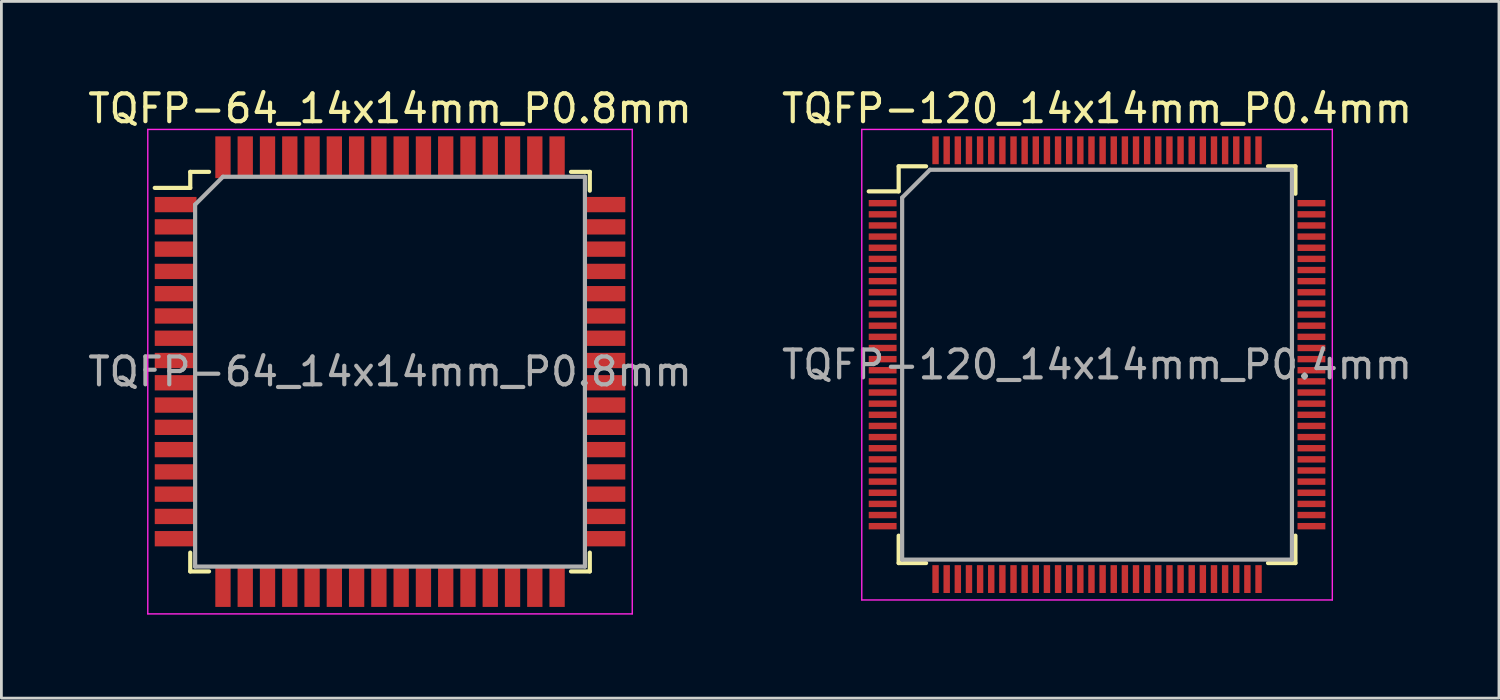
<source format=kicad_pcb>
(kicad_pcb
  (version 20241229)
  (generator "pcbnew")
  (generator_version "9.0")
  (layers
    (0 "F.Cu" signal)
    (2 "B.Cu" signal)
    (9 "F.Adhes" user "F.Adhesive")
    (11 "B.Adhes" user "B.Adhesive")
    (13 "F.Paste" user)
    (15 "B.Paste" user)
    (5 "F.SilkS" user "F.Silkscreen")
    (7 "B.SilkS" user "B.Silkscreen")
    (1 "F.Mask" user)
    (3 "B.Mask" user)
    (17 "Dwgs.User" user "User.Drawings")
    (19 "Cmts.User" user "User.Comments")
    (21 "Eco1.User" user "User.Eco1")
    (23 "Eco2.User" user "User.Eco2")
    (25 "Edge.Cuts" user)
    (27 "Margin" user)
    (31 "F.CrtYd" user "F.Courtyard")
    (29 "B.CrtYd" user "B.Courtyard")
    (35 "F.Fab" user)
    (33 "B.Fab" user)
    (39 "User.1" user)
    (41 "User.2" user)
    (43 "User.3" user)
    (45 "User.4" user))
  (footprint "TQFP-120_14x14mm_P0.4mm"
    (layer "F.Cu")
    (at 36.351 10.048)
    (property "Reference" "TQFP-120_14x14mm_P0.4mm" (at 0 -9.2 0) (layer "F.SilkS") (effects (font (size 1 1) (thickness 0.15))))
    (attr smd)
    (fp_line (start -7.125 -7.125) (end -7.125 -6.225) (stroke (width 0.15) (type solid)) (layer "F.SilkS"))
    (fp_line (start -7.125 -7.125) (end -6.14 -7.125) (stroke (width 0.15) (type solid)) (layer "F.SilkS"))
    (fp_line (start -7.125 -6.225) (end -8.2 -6.225) (stroke (width 0.15) (type solid)) (layer "F.SilkS"))
    (fp_line (start -7.125 7.125) (end -7.125 6.14) (stroke (width 0.15) (type solid)) (layer "F.SilkS"))
    (fp_line (start -7.125 7.125) (end -6.14 7.125) (stroke (width 0.15) (type solid)) (layer "F.SilkS"))
    (fp_line (start 7.125 -7.125) (end 6.14 -7.125) (stroke (width 0.15) (type solid)) (layer "F.SilkS"))
    (fp_line (start 7.125 -7.125) (end 7.125 -6.14) (stroke (width 0.15) (type solid)) (layer "F.SilkS"))
    (fp_line (start 7.125 7.125) (end 6.14 7.125) (stroke (width 0.15) (type solid)) (layer "F.SilkS"))
    (fp_line (start 7.125 7.125) (end 7.125 6.14) (stroke (width 0.15) (type solid)) (layer "F.SilkS"))
    (fp_line (start -8.45 -8.45) (end -8.45 8.45) (stroke (width 0.05) (type solid)) (layer "F.CrtYd"))
    (fp_line (start -8.45 -8.45) (end 8.45 -8.45) (stroke (width 0.05) (type solid)) (layer "F.CrtYd"))
    (fp_line (start -8.45 8.45) (end 8.45 8.45) (stroke (width 0.05) (type solid)) (layer "F.CrtYd"))
    (fp_line (start 8.45 -8.45) (end 8.45 8.45) (stroke (width 0.05) (type solid)) (layer "F.CrtYd"))
    (fp_line (start -7 -6) (end -6 -7) (stroke (width 0.15) (type solid)) (layer "F.Fab"))
    (fp_line (start -7 7) (end -7 -6) (stroke (width 0.15) (type solid)) (layer "F.Fab"))
    (fp_line (start -6 -7) (end 7 -7) (stroke (width 0.15) (type solid)) (layer "F.Fab"))
    (fp_line (start 7 -7) (end 7 7) (stroke (width 0.15) (type solid)) (layer "F.Fab"))
    (fp_line (start 7 7) (end -7 7) (stroke (width 0.15) (type solid)) (layer "F.Fab"))
    (fp_text user "${REFERENCE}" (at 0 0 0) (layer "F.Fab") (effects (font (size 1 1) (thickness 0.15))))
    (pad "1" smd rect (at -7.7 -5.8) (size 1 0.23) (layers "F.Cu" "F.Mask" "F.Paste"))
    (pad "2" smd rect (at -7.7 -5.4) (size 1 0.23) (layers "F.Cu" "F.Mask" "F.Paste"))
    (pad "3" smd rect (at -7.7 -5) (size 1 0.23) (layers "F.Cu" "F.Mask" "F.Paste"))
    (pad "4" smd rect (at -7.7 -4.6) (size 1 0.23) (layers "F.Cu" "F.Mask" "F.Paste"))
    (pad "5" smd rect (at -7.7 -4.2) (size 1 0.23) (layers "F.Cu" "F.Mask" "F.Paste"))
    (pad "6" smd rect (at -7.7 -3.8) (size 1 0.23) (layers "F.Cu" "F.Mask" "F.Paste"))
    (pad "7" smd rect (at -7.7 -3.4) (size 1 0.23) (layers "F.Cu" "F.Mask" "F.Paste"))
    (pad "8" smd rect (at -7.7 -3) (size 1 0.23) (layers "F.Cu" "F.Mask" "F.Paste"))
    (pad "9" smd rect (at -7.7 -2.6) (size 1 0.23) (layers "F.Cu" "F.Mask" "F.Paste"))
    (pad "10" smd rect (at -7.7 -2.2) (size 1 0.23) (layers "F.Cu" "F.Mask" "F.Paste"))
    (pad "11" smd rect (at -7.7 -1.8) (size 1 0.23) (layers "F.Cu" "F.Mask" "F.Paste"))
    (pad "12" smd rect (at -7.7 -1.4) (size 1 0.23) (layers "F.Cu" "F.Mask" "F.Paste"))
    (pad "13" smd rect (at -7.7 -1) (size 1 0.23) (layers "F.Cu" "F.Mask" "F.Paste"))
    (pad "14" smd rect (at -7.7 -0.6) (size 1 0.23) (layers "F.Cu" "F.Mask" "F.Paste"))
    (pad "15" smd rect (at -7.7 -0.2) (size 1 0.23) (layers "F.Cu" "F.Mask" "F.Paste"))
    (pad "16" smd rect (at -7.7 0.2) (size 1 0.23) (layers "F.Cu" "F.Mask" "F.Paste"))
    (pad "17" smd rect (at -7.7 0.6) (size 1 0.23) (layers "F.Cu" "F.Mask" "F.Paste"))
    (pad "18" smd rect (at -7.7 1) (size 1 0.23) (layers "F.Cu" "F.Mask" "F.Paste"))
    (pad "19" smd rect (at -7.7 1.4) (size 1 0.23) (layers "F.Cu" "F.Mask" "F.Paste"))
    (pad "20" smd rect (at -7.7 1.8) (size 1 0.23) (layers "F.Cu" "F.Mask" "F.Paste"))
    (pad "21" smd rect (at -7.7 2.2) (size 1 0.23) (layers "F.Cu" "F.Mask" "F.Paste"))
    (pad "22" smd rect (at -7.7 2.6) (size 1 0.23) (layers "F.Cu" "F.Mask" "F.Paste"))
    (pad "23" smd rect (at -7.7 3) (size 1 0.23) (layers "F.Cu" "F.Mask" "F.Paste"))
    (pad "24" smd rect (at -7.7 3.4) (size 1 0.23) (layers "F.Cu" "F.Mask" "F.Paste"))
    (pad "25" smd rect (at -7.7 3.8) (size 1 0.23) (layers "F.Cu" "F.Mask" "F.Paste"))
    (pad "26" smd rect (at -7.7 4.2) (size 1 0.23) (layers "F.Cu" "F.Mask" "F.Paste"))
    (pad "27" smd rect (at -7.7 4.6) (size 1 0.23) (layers "F.Cu" "F.Mask" "F.Paste"))
    (pad "28" smd rect (at -7.7 5) (size 1 0.23) (layers "F.Cu" "F.Mask" "F.Paste"))
    (pad "29" smd rect (at -7.7 5.4) (size 1 0.23) (layers "F.Cu" "F.Mask" "F.Paste"))
    (pad "30" smd rect (at -7.7 5.8) (size 1 0.23) (layers "F.Cu" "F.Mask" "F.Paste"))
    (pad "31" smd rect (at -5.8 7.7 90) (size 1 0.23) (layers "F.Cu" "F.Mask" "F.Paste"))
    (pad "32" smd rect (at -5.4 7.7 90) (size 1 0.23) (layers "F.Cu" "F.Mask" "F.Paste"))
    (pad "33" smd rect (at -5 7.7 90) (size 1 0.23) (layers "F.Cu" "F.Mask" "F.Paste"))
    (pad "34" smd rect (at -4.6 7.7 90) (size 1 0.23) (layers "F.Cu" "F.Mask" "F.Paste"))
    (pad "35" smd rect (at -4.2 7.7 90) (size 1 0.23) (layers "F.Cu" "F.Mask" "F.Paste"))
    (pad "36" smd rect (at -3.8 7.7 90) (size 1 0.23) (layers "F.Cu" "F.Mask" "F.Paste"))
    (pad "37" smd rect (at -3.4 7.7 90) (size 1 0.23) (layers "F.Cu" "F.Mask" "F.Paste"))
    (pad "38" smd rect (at -3 7.7 90) (size 1 0.23) (layers "F.Cu" "F.Mask" "F.Paste"))
    (pad "39" smd rect (at -2.6 7.7 90) (size 1 0.23) (layers "F.Cu" "F.Mask" "F.Paste"))
    (pad "40" smd rect (at -2.2 7.7 90) (size 1 0.23) (layers "F.Cu" "F.Mask" "F.Paste"))
    (pad "41" smd rect (at -1.8 7.7 90) (size 1 0.23) (layers "F.Cu" "F.Mask" "F.Paste"))
    (pad "42" smd rect (at -1.4 7.7 90) (size 1 0.23) (layers "F.Cu" "F.Mask" "F.Paste"))
    (pad "43" smd rect (at -1 7.7 90) (size 1 0.23) (layers "F.Cu" "F.Mask" "F.Paste"))
    (pad "44" smd rect (at -0.6 7.7 90) (size 1 0.23) (layers "F.Cu" "F.Mask" "F.Paste"))
    (pad "45" smd rect (at -0.2 7.7 90) (size 1 0.23) (layers "F.Cu" "F.Mask" "F.Paste"))
    (pad "46" smd rect (at 0.2 7.7 90) (size 1 0.23) (layers "F.Cu" "F.Mask" "F.Paste"))
    (pad "47" smd rect (at 0.6 7.7 90) (size 1 0.23) (layers "F.Cu" "F.Mask" "F.Paste"))
    (pad "48" smd rect (at 1 7.7 90) (size 1 0.23) (layers "F.Cu" "F.Mask" "F.Paste"))
    (pad "49" smd rect (at 1.4 7.7 90) (size 1 0.23) (layers "F.Cu" "F.Mask" "F.Paste"))
    (pad "50" smd rect (at 1.8 7.7 90) (size 1 0.23) (layers "F.Cu" "F.Mask" "F.Paste"))
    (pad "51" smd rect (at 2.2 7.7 90) (size 1 0.23) (layers "F.Cu" "F.Mask" "F.Paste"))
    (pad "52" smd rect (at 2.6 7.7 90) (size 1 0.23) (layers "F.Cu" "F.Mask" "F.Paste"))
    (pad "53" smd rect (at 3 7.7 90) (size 1 0.23) (layers "F.Cu" "F.Mask" "F.Paste"))
    (pad "54" smd rect (at 3.4 7.7 90) (size 1 0.23) (layers "F.Cu" "F.Mask" "F.Paste"))
    (pad "55" smd rect (at 3.8 7.7 90) (size 1 0.23) (layers "F.Cu" "F.Mask" "F.Paste"))
    (pad "56" smd rect (at 4.2 7.7 90) (size 1 0.23) (layers "F.Cu" "F.Mask" "F.Paste"))
    (pad "57" smd rect (at 4.6 7.7 90) (size 1 0.23) (layers "F.Cu" "F.Mask" "F.Paste"))
    (pad "58" smd rect (at 5 7.7 90) (size 1 0.23) (layers "F.Cu" "F.Mask" "F.Paste"))
    (pad "59" smd rect (at 5.4 7.7 90) (size 1 0.23) (layers "F.Cu" "F.Mask" "F.Paste"))
    (pad "60" smd rect (at 5.8 7.7 90) (size 1 0.23) (layers "F.Cu" "F.Mask" "F.Paste"))
    (pad "61" smd rect (at 7.7 5.8) (size 1 0.23) (layers "F.Cu" "F.Mask" "F.Paste"))
    (pad "62" smd rect (at 7.7 5.4) (size 1 0.23) (layers "F.Cu" "F.Mask" "F.Paste"))
    (pad "63" smd rect (at 7.7 5) (size 1 0.23) (layers "F.Cu" "F.Mask" "F.Paste"))
    (pad "64" smd rect (at 7.7 4.6) (size 1 0.23) (layers "F.Cu" "F.Mask" "F.Paste"))
    (pad "65" smd rect (at 7.7 4.2) (size 1 0.23) (layers "F.Cu" "F.Mask" "F.Paste"))
    (pad "66" smd rect (at 7.7 3.8) (size 1 0.23) (layers "F.Cu" "F.Mask" "F.Paste"))
    (pad "67" smd rect (at 7.7 3.4) (size 1 0.23) (layers "F.Cu" "F.Mask" "F.Paste"))
    (pad "68" smd rect (at 7.7 3) (size 1 0.23) (layers "F.Cu" "F.Mask" "F.Paste"))
    (pad "69" smd rect (at 7.7 2.6) (size 1 0.23) (layers "F.Cu" "F.Mask" "F.Paste"))
    (pad "70" smd rect (at 7.7 2.2) (size 1 0.23) (layers "F.Cu" "F.Mask" "F.Paste"))
    (pad "71" smd rect (at 7.7 1.8) (size 1 0.23) (layers "F.Cu" "F.Mask" "F.Paste"))
    (pad "72" smd rect (at 7.7 1.4) (size 1 0.23) (layers "F.Cu" "F.Mask" "F.Paste"))
    (pad "73" smd rect (at 7.7 1) (size 1 0.23) (layers "F.Cu" "F.Mask" "F.Paste"))
    (pad "74" smd rect (at 7.7 0.6) (size 1 0.23) (layers "F.Cu" "F.Mask" "F.Paste"))
    (pad "75" smd rect (at 7.7 0.2) (size 1 0.23) (layers "F.Cu" "F.Mask" "F.Paste"))
    (pad "76" smd rect (at 7.7 -0.2) (size 1 0.23) (layers "F.Cu" "F.Mask" "F.Paste"))
    (pad "77" smd rect (at 7.7 -0.6) (size 1 0.23) (layers "F.Cu" "F.Mask" "F.Paste"))
    (pad "78" smd rect (at 7.7 -1) (size 1 0.23) (layers "F.Cu" "F.Mask" "F.Paste"))
    (pad "79" smd rect (at 7.7 -1.4) (size 1 0.23) (layers "F.Cu" "F.Mask" "F.Paste"))
    (pad "80" smd rect (at 7.7 -1.8) (size 1 0.23) (layers "F.Cu" "F.Mask" "F.Paste"))
    (pad "81" smd rect (at 7.7 -2.2) (size 1 0.23) (layers "F.Cu" "F.Mask" "F.Paste"))
    (pad "82" smd rect (at 7.7 -2.6) (size 1 0.23) (layers "F.Cu" "F.Mask" "F.Paste"))
    (pad "83" smd rect (at 7.7 -3) (size 1 0.23) (layers "F.Cu" "F.Mask" "F.Paste"))
    (pad "84" smd rect (at 7.7 -3.4) (size 1 0.23) (layers "F.Cu" "F.Mask" "F.Paste"))
    (pad "85" smd rect (at 7.7 -3.8) (size 1 0.23) (layers "F.Cu" "F.Mask" "F.Paste"))
    (pad "86" smd rect (at 7.7 -4.2) (size 1 0.23) (layers "F.Cu" "F.Mask" "F.Paste"))
    (pad "87" smd rect (at 7.7 -4.6) (size 1 0.23) (layers "F.Cu" "F.Mask" "F.Paste"))
    (pad "88" smd rect (at 7.7 -5) (size 1 0.23) (layers "F.Cu" "F.Mask" "F.Paste"))
    (pad "89" smd rect (at 7.7 -5.4) (size 1 0.23) (layers "F.Cu" "F.Mask" "F.Paste"))
    (pad "90" smd rect (at 7.7 -5.8) (size 1 0.23) (layers "F.Cu" "F.Mask" "F.Paste"))
    (pad "91" smd rect (at 5.8 -7.7 90) (size 1 0.23) (layers "F.Cu" "F.Mask" "F.Paste"))
    (pad "92" smd rect (at 5.4 -7.7 90) (size 1 0.23) (layers "F.Cu" "F.Mask" "F.Paste"))
    (pad "93" smd rect (at 5 -7.7 90) (size 1 0.23) (layers "F.Cu" "F.Mask" "F.Paste"))
    (pad "94" smd rect (at 4.6 -7.7 90) (size 1 0.23) (layers "F.Cu" "F.Mask" "F.Paste"))
    (pad "95" smd rect (at 4.2 -7.7 90) (size 1 0.23) (layers "F.Cu" "F.Mask" "F.Paste"))
    (pad "96" smd rect (at 3.8 -7.7 90) (size 1 0.23) (layers "F.Cu" "F.Mask" "F.Paste"))
    (pad "97" smd rect (at 3.4 -7.7 90) (size 1 0.23) (layers "F.Cu" "F.Mask" "F.Paste"))
    (pad "98" smd rect (at 3 -7.7 90) (size 1 0.23) (layers "F.Cu" "F.Mask" "F.Paste"))
    (pad "99" smd rect (at 2.6 -7.7 90) (size 1 0.23) (layers "F.Cu" "F.Mask" "F.Paste"))
    (pad "100" smd rect (at 2.2 -7.7 90) (size 1 0.23) (layers "F.Cu" "F.Mask" "F.Paste"))
    (pad "101" smd rect (at 1.8 -7.7 90) (size 1 0.23) (layers "F.Cu" "F.Mask" "F.Paste"))
    (pad "102" smd rect (at 1.4 -7.7 90) (size 1 0.23) (layers "F.Cu" "F.Mask" "F.Paste"))
    (pad "103" smd rect (at 1 -7.7 90) (size 1 0.23) (layers "F.Cu" "F.Mask" "F.Paste"))
    (pad "104" smd rect (at 0.6 -7.7 90) (size 1 0.23) (layers "F.Cu" "F.Mask" "F.Paste"))
    (pad "105" smd rect (at 0.2 -7.7 90) (size 1 0.23) (layers "F.Cu" "F.Mask" "F.Paste"))
    (pad "106" smd rect (at -0.2 -7.7 90) (size 1 0.23) (layers "F.Cu" "F.Mask" "F.Paste"))
    (pad "107" smd rect (at -0.6 -7.7 90) (size 1 0.23) (layers "F.Cu" "F.Mask" "F.Paste"))
    (pad "108" smd rect (at -1 -7.7 90) (size 1 0.23) (layers "F.Cu" "F.Mask" "F.Paste"))
    (pad "109" smd rect (at -1.4 -7.7 90) (size 1 0.23) (layers "F.Cu" "F.Mask" "F.Paste"))
    (pad "110" smd rect (at -1.8 -7.7 90) (size 1 0.23) (layers "F.Cu" "F.Mask" "F.Paste"))
    (pad "111" smd rect (at -2.2 -7.7 90) (size 1 0.23) (layers "F.Cu" "F.Mask" "F.Paste"))
    (pad "112" smd rect (at -2.6 -7.7 90) (size 1 0.23) (layers "F.Cu" "F.Mask" "F.Paste"))
    (pad "113" smd rect (at -3 -7.7 90) (size 1 0.23) (layers "F.Cu" "F.Mask" "F.Paste"))
    (pad "114" smd rect (at -3.4 -7.7 90) (size 1 0.23) (layers "F.Cu" "F.Mask" "F.Paste"))
    (pad "115" smd rect (at -3.8 -7.7 90) (size 1 0.23) (layers "F.Cu" "F.Mask" "F.Paste"))
    (pad "116" smd rect (at -4.2 -7.7 90) (size 1 0.23) (layers "F.Cu" "F.Mask" "F.Paste"))
    (pad "117" smd rect (at -4.6 -7.7 90) (size 1 0.23) (layers "F.Cu" "F.Mask" "F.Paste"))
    (pad "118" smd rect (at -5 -7.7 90) (size 1 0.23) (layers "F.Cu" "F.Mask" "F.Paste"))
    (pad "119" smd rect (at -5.4 -7.7 90) (size 1 0.23) (layers "F.Cu" "F.Mask" "F.Paste"))
    (pad "120" smd rect (at -5.8 -7.7 90) (size 1 0.23) (layers "F.Cu" "F.Mask" "F.Paste")))
  (footprint "TQFP-64_14x14mm_P0.8mm"
    (layer "F.Cu")
    (at 10.958 10.298)
    (property "Reference" "TQFP-64_14x14mm_P0.8mm" (at 0 -9.45 0) (layer "F.SilkS") (effects (font (size 1 1) (thickness 0.15))))
    (attr smd)
    (fp_line (start -7.175 -7.175) (end -7.175 -6.6) (stroke (width 0.15) (type solid)) (layer "F.SilkS"))
    (fp_line (start -7.175 -7.175) (end -6.5 -7.175) (stroke (width 0.15) (type solid)) (layer "F.SilkS"))
    (fp_line (start -7.175 -6.6) (end -8.45 -6.6) (stroke (width 0.15) (type solid)) (layer "F.SilkS"))
    (fp_line (start -7.175 7.175) (end -7.175 6.5) (stroke (width 0.15) (type solid)) (layer "F.SilkS"))
    (fp_line (start -7.175 7.175) (end -6.5 7.175) (stroke (width 0.15) (type solid)) (layer "F.SilkS"))
    (fp_line (start 7.175 -7.175) (end 6.5 -7.175) (stroke (width 0.15) (type solid)) (layer "F.SilkS"))
    (fp_line (start 7.175 -7.175) (end 7.175 -6.5) (stroke (width 0.15) (type solid)) (layer "F.SilkS"))
    (fp_line (start 7.175 7.175) (end 6.5 7.175) (stroke (width 0.15) (type solid)) (layer "F.SilkS"))
    (fp_line (start 7.175 7.175) (end 7.175 6.5) (stroke (width 0.15) (type solid)) (layer "F.SilkS"))
    (fp_line (start -8.7 -8.7) (end -8.7 8.7) (stroke (width 0.05) (type solid)) (layer "F.CrtYd"))
    (fp_line (start -8.7 -8.7) (end 8.7 -8.7) (stroke (width 0.05) (type solid)) (layer "F.CrtYd"))
    (fp_line (start -8.7 8.7) (end 8.7 8.7) (stroke (width 0.05) (type solid)) (layer "F.CrtYd"))
    (fp_line (start 8.7 -8.7) (end 8.7 8.7) (stroke (width 0.05) (type solid)) (layer "F.CrtYd"))
    (fp_line (start -7 -6) (end -6 -7) (stroke (width 0.15) (type solid)) (layer "F.Fab"))
    (fp_line (start -7 7) (end -7 -6) (stroke (width 0.15) (type solid)) (layer "F.Fab"))
    (fp_line (start -6 -7) (end 7 -7) (stroke (width 0.15) (type solid)) (layer "F.Fab"))
    (fp_line (start 7 -7) (end 7 7) (stroke (width 0.15) (type solid)) (layer "F.Fab"))
    (fp_line (start 7 7) (end -7 7) (stroke (width 0.15) (type solid)) (layer "F.Fab"))
    (fp_text user "${REFERENCE}" (at 0 0 0) (layer "F.Fab") (effects (font (size 1 1) (thickness 0.15))))
    (pad "1" smd rect (at -7.7 -6) (size 1.5 0.55) (layers "F.Cu" "F.Mask" "F.Paste"))
    (pad "2" smd rect (at -7.7 -5.2) (size 1.5 0.55) (layers "F.Cu" "F.Mask" "F.Paste"))
    (pad "3" smd rect (at -7.7 -4.4) (size 1.5 0.55) (layers "F.Cu" "F.Mask" "F.Paste"))
    (pad "4" smd rect (at -7.7 -3.6) (size 1.5 0.55) (layers "F.Cu" "F.Mask" "F.Paste"))
    (pad "5" smd rect (at -7.7 -2.8) (size 1.5 0.55) (layers "F.Cu" "F.Mask" "F.Paste"))
    (pad "6" smd rect (at -7.7 -2) (size 1.5 0.55) (layers "F.Cu" "F.Mask" "F.Paste"))
    (pad "7" smd rect (at -7.7 -1.2) (size 1.5 0.55) (layers "F.Cu" "F.Mask" "F.Paste"))
    (pad "8" smd rect (at -7.7 -0.4) (size 1.5 0.55) (layers "F.Cu" "F.Mask" "F.Paste"))
    (pad "9" smd rect (at -7.7 0.4) (size 1.5 0.55) (layers "F.Cu" "F.Mask" "F.Paste"))
    (pad "10" smd rect (at -7.7 1.2) (size 1.5 0.55) (layers "F.Cu" "F.Mask" "F.Paste"))
    (pad "11" smd rect (at -7.7 2) (size 1.5 0.55) (layers "F.Cu" "F.Mask" "F.Paste"))
    (pad "12" smd rect (at -7.7 2.8) (size 1.5 0.55) (layers "F.Cu" "F.Mask" "F.Paste"))
    (pad "13" smd rect (at -7.7 3.6) (size 1.5 0.55) (layers "F.Cu" "F.Mask" "F.Paste"))
    (pad "14" smd rect (at -7.7 4.4) (size 1.5 0.55) (layers "F.Cu" "F.Mask" "F.Paste"))
    (pad "15" smd rect (at -7.7 5.2) (size 1.5 0.55) (layers "F.Cu" "F.Mask" "F.Paste"))
    (pad "16" smd rect (at -7.7 6) (size 1.5 0.55) (layers "F.Cu" "F.Mask" "F.Paste"))
    (pad "17" smd rect (at -6 7.7 90) (size 1.5 0.55) (layers "F.Cu" "F.Mask" "F.Paste"))
    (pad "18" smd rect (at -5.2 7.7 90) (size 1.5 0.55) (layers "F.Cu" "F.Mask" "F.Paste"))
    (pad "19" smd rect (at -4.4 7.7 90) (size 1.5 0.55) (layers "F.Cu" "F.Mask" "F.Paste"))
    (pad "20" smd rect (at -3.6 7.7 90) (size 1.5 0.55) (layers "F.Cu" "F.Mask" "F.Paste"))
    (pad "21" smd rect (at -2.8 7.7 90) (size 1.5 0.55) (layers "F.Cu" "F.Mask" "F.Paste"))
    (pad "22" smd rect (at -2 7.7 90) (size 1.5 0.55) (layers "F.Cu" "F.Mask" "F.Paste"))
    (pad "23" smd rect (at -1.2 7.7 90) (size 1.5 0.55) (layers "F.Cu" "F.Mask" "F.Paste"))
    (pad "24" smd rect (at -0.4 7.7 90) (size 1.5 0.55) (layers "F.Cu" "F.Mask" "F.Paste"))
    (pad "25" smd rect (at 0.4 7.7 90) (size 1.5 0.55) (layers "F.Cu" "F.Mask" "F.Paste"))
    (pad "26" smd rect (at 1.2 7.7 90) (size 1.5 0.55) (layers "F.Cu" "F.Mask" "F.Paste"))
    (pad "27" smd rect (at 2 7.7 90) (size 1.5 0.55) (layers "F.Cu" "F.Mask" "F.Paste"))
    (pad "28" smd rect (at 2.8 7.7 90) (size 1.5 0.55) (layers "F.Cu" "F.Mask" "F.Paste"))
    (pad "29" smd rect (at 3.6 7.7 90) (size 1.5 0.55) (layers "F.Cu" "F.Mask" "F.Paste"))
    (pad "30" smd rect (at 4.4 7.7 90) (size 1.5 0.55) (layers "F.Cu" "F.Mask" "F.Paste"))
    (pad "31" smd rect (at 5.2 7.7 90) (size 1.5 0.55) (layers "F.Cu" "F.Mask" "F.Paste"))
    (pad "32" smd rect (at 6 7.7 90) (size 1.5 0.55) (layers "F.Cu" "F.Mask" "F.Paste"))
    (pad "33" smd rect (at 7.7 6) (size 1.5 0.55) (layers "F.Cu" "F.Mask" "F.Paste"))
    (pad "34" smd rect (at 7.7 5.2) (size 1.5 0.55) (layers "F.Cu" "F.Mask" "F.Paste"))
    (pad "35" smd rect (at 7.7 4.4) (size 1.5 0.55) (layers "F.Cu" "F.Mask" "F.Paste"))
    (pad "36" smd rect (at 7.7 3.6) (size 1.5 0.55) (layers "F.Cu" "F.Mask" "F.Paste"))
    (pad "37" smd rect (at 7.7 2.8) (size 1.5 0.55) (layers "F.Cu" "F.Mask" "F.Paste"))
    (pad "38" smd rect (at 7.7 2) (size 1.5 0.55) (layers "F.Cu" "F.Mask" "F.Paste"))
    (pad "39" smd rect (at 7.7 1.2) (size 1.5 0.55) (layers "F.Cu" "F.Mask" "F.Paste"))
    (pad "40" smd rect (at 7.7 0.4) (size 1.5 0.55) (layers "F.Cu" "F.Mask" "F.Paste"))
    (pad "41" smd rect (at 7.7 -0.4) (size 1.5 0.55) (layers "F.Cu" "F.Mask" "F.Paste"))
    (pad "42" smd rect (at 7.7 -1.2) (size 1.5 0.55) (layers "F.Cu" "F.Mask" "F.Paste"))
    (pad "43" smd rect (at 7.7 -2) (size 1.5 0.55) (layers "F.Cu" "F.Mask" "F.Paste"))
    (pad "44" smd rect (at 7.7 -2.8) (size 1.5 0.55) (layers "F.Cu" "F.Mask" "F.Paste"))
    (pad "45" smd rect (at 7.7 -3.6) (size 1.5 0.55) (layers "F.Cu" "F.Mask" "F.Paste"))
    (pad "46" smd rect (at 7.7 -4.4) (size 1.5 0.55) (layers "F.Cu" "F.Mask" "F.Paste"))
    (pad "47" smd rect (at 7.7 -5.2) (size 1.5 0.55) (layers "F.Cu" "F.Mask" "F.Paste"))
    (pad "48" smd rect (at 7.7 -6) (size 1.5 0.55) (layers "F.Cu" "F.Mask" "F.Paste"))
    (pad "49" smd rect (at 6 -7.7 90) (size 1.5 0.55) (layers "F.Cu" "F.Mask" "F.Paste"))
    (pad "50" smd rect (at 5.2 -7.7 90) (size 1.5 0.55) (layers "F.Cu" "F.Mask" "F.Paste"))
    (pad "51" smd rect (at 4.4 -7.7 90) (size 1.5 0.55) (layers "F.Cu" "F.Mask" "F.Paste"))
    (pad "52" smd rect (at 3.6 -7.7 90) (size 1.5 0.55) (layers "F.Cu" "F.Mask" "F.Paste"))
    (pad "53" smd rect (at 2.8 -7.7 90) (size 1.5 0.55) (layers "F.Cu" "F.Mask" "F.Paste"))
    (pad "54" smd rect (at 2 -7.7 90) (size 1.5 0.55) (layers "F.Cu" "F.Mask" "F.Paste"))
    (pad "55" smd rect (at 1.2 -7.7 90) (size 1.5 0.55) (layers "F.Cu" "F.Mask" "F.Paste"))
    (pad "56" smd rect (at 0.4 -7.7 90) (size 1.5 0.55) (layers "F.Cu" "F.Mask" "F.Paste"))
    (pad "57" smd rect (at -0.4 -7.7 90) (size 1.5 0.55) (layers "F.Cu" "F.Mask" "F.Paste"))
    (pad "58" smd rect (at -1.2 -7.7 90) (size 1.5 0.55) (layers "F.Cu" "F.Mask" "F.Paste"))
    (pad "59" smd rect (at -2 -7.7 90) (size 1.5 0.55) (layers "F.Cu" "F.Mask" "F.Paste"))
    (pad "60" smd rect (at -2.8 -7.7 90) (size 1.5 0.55) (layers "F.Cu" "F.Mask" "F.Paste"))
    (pad "61" smd rect (at -3.6 -7.7 90) (size 1.5 0.55) (layers "F.Cu" "F.Mask" "F.Paste"))
    (pad "62" smd rect (at -4.4 -7.7 90) (size 1.5 0.55) (layers "F.Cu" "F.Mask" "F.Paste"))
    (pad "63" smd rect (at -5.2 -7.7 90) (size 1.5 0.55) (layers "F.Cu" "F.Mask" "F.Paste"))
    (pad "64" smd rect (at -6 -7.7 90) (size 1.5 0.55) (layers "F.Cu" "F.Mask" "F.Paste")))
  (gr_rect
    (start -3 -3)
    (end 50.786 22.023)
    (stroke (width 0.1) (type default))
    (fill no)
    (layer "Edge.Cuts")))
</source>
